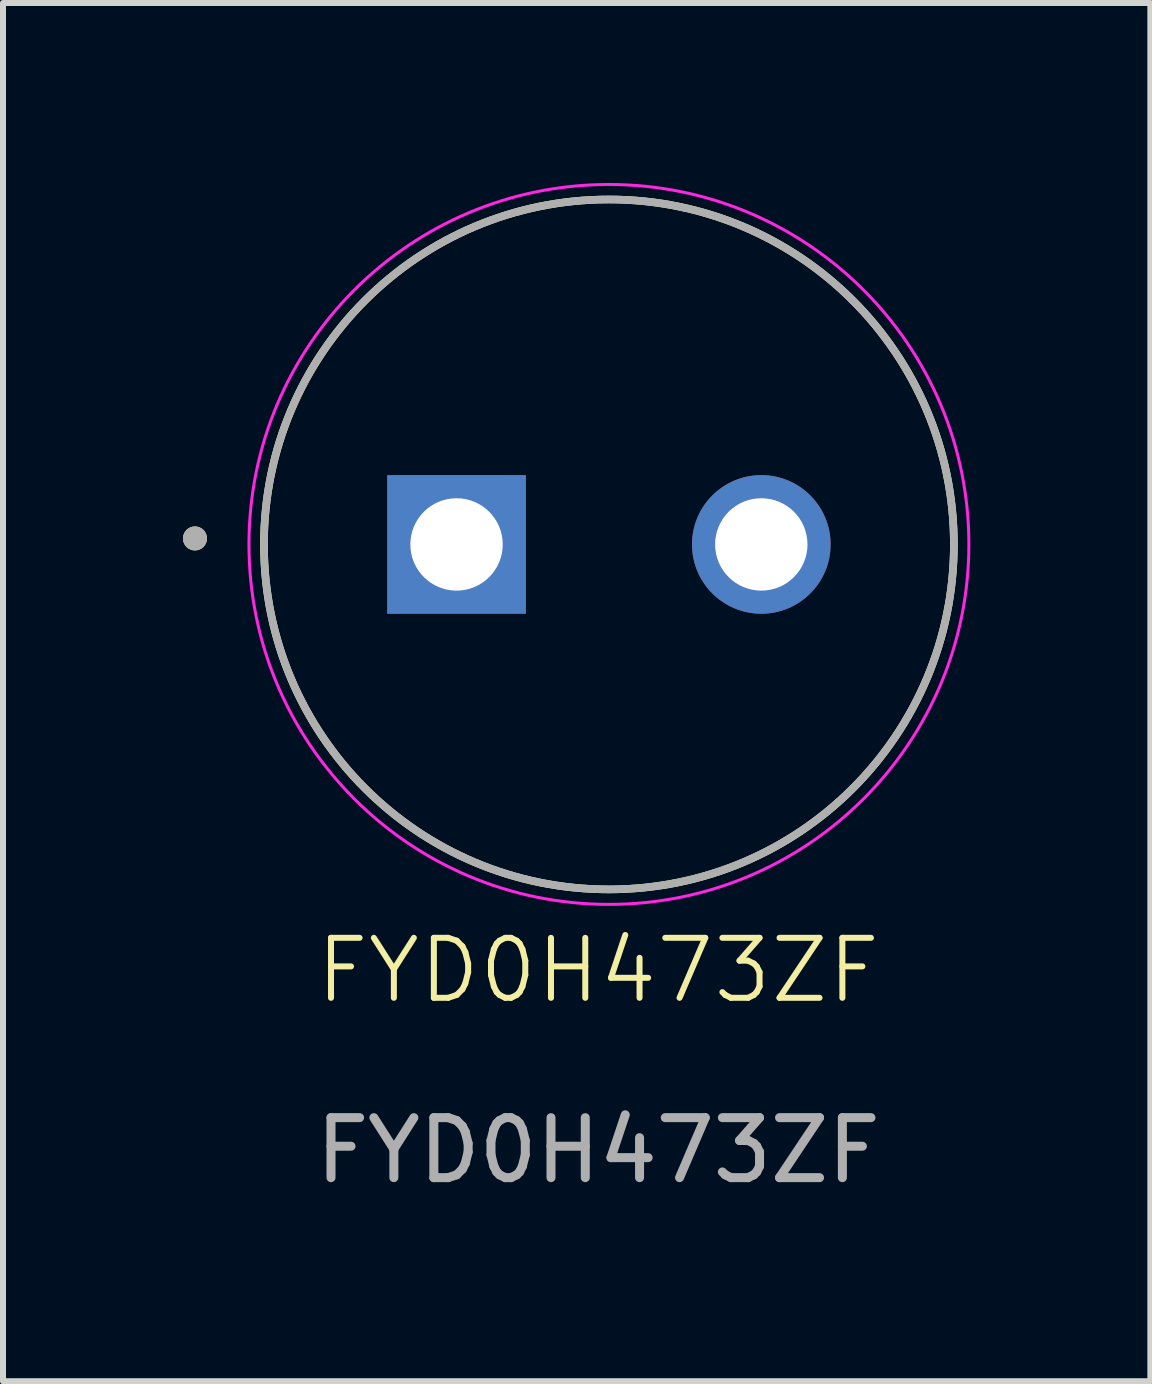
<source format=kicad_pcb>
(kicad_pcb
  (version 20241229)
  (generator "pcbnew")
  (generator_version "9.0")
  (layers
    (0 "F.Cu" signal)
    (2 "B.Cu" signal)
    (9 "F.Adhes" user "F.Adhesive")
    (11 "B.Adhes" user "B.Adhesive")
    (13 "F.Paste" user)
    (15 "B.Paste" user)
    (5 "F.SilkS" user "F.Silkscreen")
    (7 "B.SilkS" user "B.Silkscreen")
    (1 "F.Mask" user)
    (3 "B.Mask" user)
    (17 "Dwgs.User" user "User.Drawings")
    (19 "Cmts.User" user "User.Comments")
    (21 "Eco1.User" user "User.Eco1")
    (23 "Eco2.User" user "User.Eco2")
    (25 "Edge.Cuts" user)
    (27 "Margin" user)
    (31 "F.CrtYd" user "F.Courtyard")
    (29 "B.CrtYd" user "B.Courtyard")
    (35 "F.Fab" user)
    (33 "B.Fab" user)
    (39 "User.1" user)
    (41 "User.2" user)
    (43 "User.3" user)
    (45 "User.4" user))
  (footprint "FYD0H473ZF"
    (layer "F.Cu")
    (at 6.92 13.625)
    (property "Reference" "FYD0H473ZF" (at 0 -0.5 0) (unlocked yes) (layer "F.SilkS") (effects (font (size 1 1) (thickness 0.1))))
    (attr smd)
    (fp_circle (center -6.72 -7.7) (end -6.62 -7.7) (stroke (width 0.2) (type solid)) (fill no) (layer "F.SilkS"))
    (fp_circle (center 0.18 -7.6) (end 5.93 -7.6) (stroke (width 0.127) (type solid)) (fill no) (layer "F.SilkS"))
    (fp_circle (center 0.18 -7.6) (end 6.18 -7.6) (stroke (width 0.05) (type solid)) (fill no) (layer "F.CrtYd"))
    (fp_circle (center -6.72 -7.7) (end -6.62 -7.7) (stroke (width 0.2) (type solid)) (fill no) (layer "F.Fab"))
    (fp_circle (center 0.18 -7.6) (end 5.93 -7.6) (stroke (width 0.127) (type solid)) (fill no) (layer "F.Fab"))
    (fp_text user "${REFERENCE}" (at 0 2.5 0) (unlocked yes) (layer "F.Fab") (effects (font (size 1 1) (thickness 0.15))))
    (pad "1" thru_hole rect (at -2.36 -7.6) (size 2.31 2.31) (drill 1.54) (layers "*.Cu" "*.Mask"))
    (pad "2" thru_hole circle (at 2.72 -7.6) (size 2.31 2.31) (drill 1.54) (layers "*.Cu" "*.Mask")))
  (gr_rect
    (start -3 -3)
    (end 16.125 19.973)
    (stroke (width 0.1) (type default))
    (fill no)
    (layer "Edge.Cuts")))
</source>
